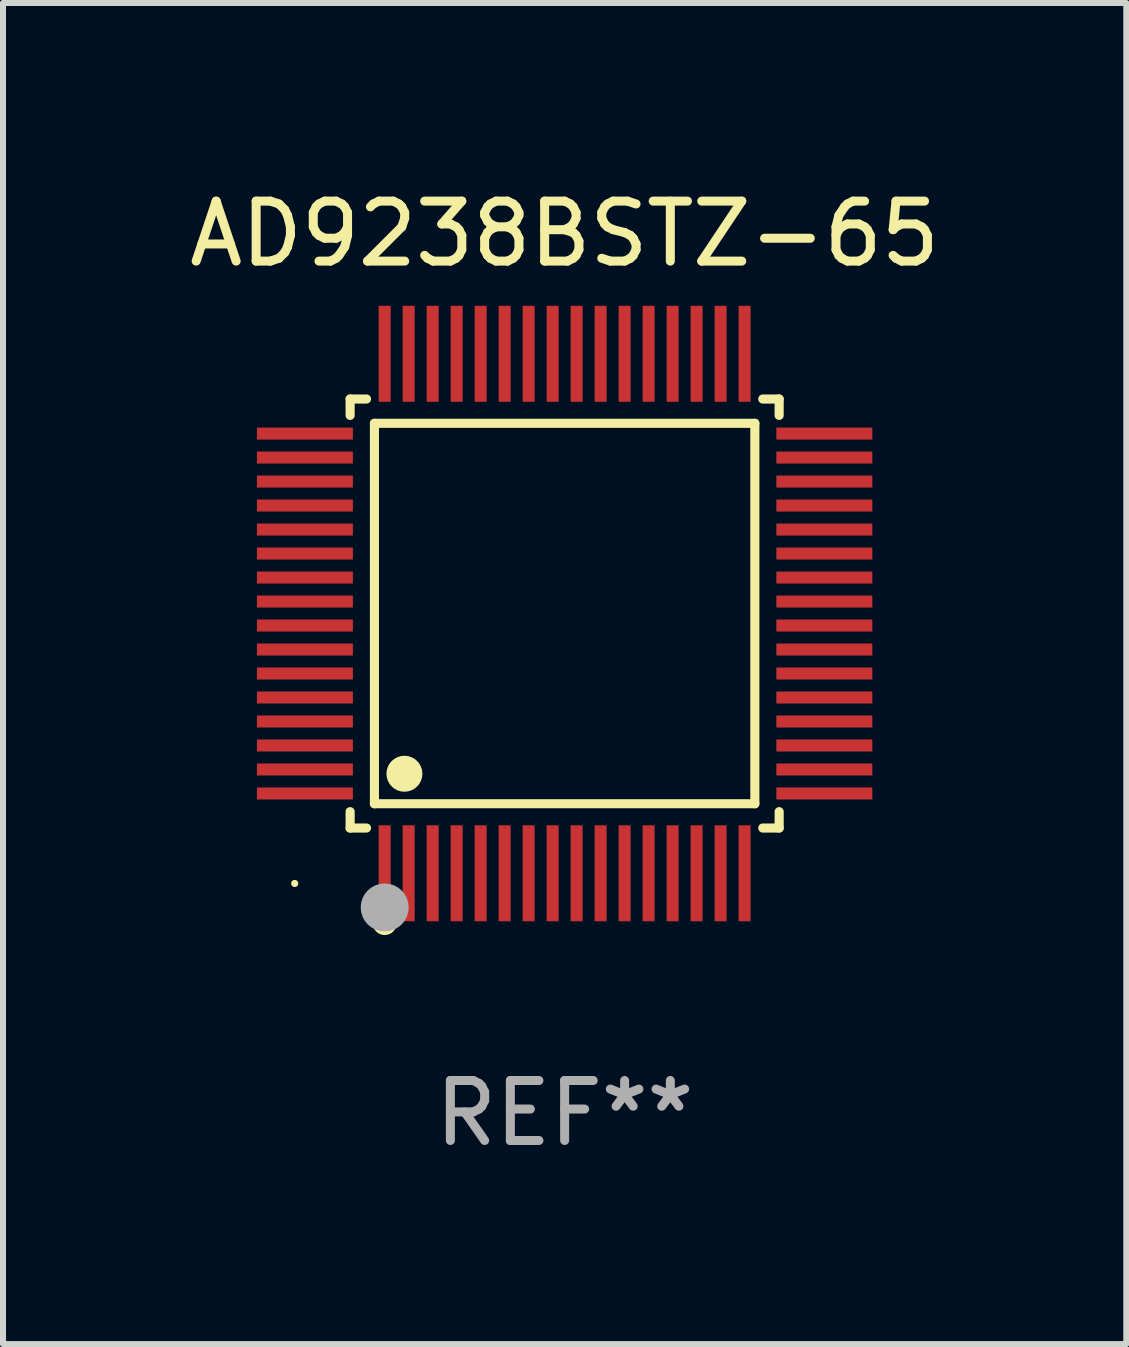
<source format=kicad_pcb>
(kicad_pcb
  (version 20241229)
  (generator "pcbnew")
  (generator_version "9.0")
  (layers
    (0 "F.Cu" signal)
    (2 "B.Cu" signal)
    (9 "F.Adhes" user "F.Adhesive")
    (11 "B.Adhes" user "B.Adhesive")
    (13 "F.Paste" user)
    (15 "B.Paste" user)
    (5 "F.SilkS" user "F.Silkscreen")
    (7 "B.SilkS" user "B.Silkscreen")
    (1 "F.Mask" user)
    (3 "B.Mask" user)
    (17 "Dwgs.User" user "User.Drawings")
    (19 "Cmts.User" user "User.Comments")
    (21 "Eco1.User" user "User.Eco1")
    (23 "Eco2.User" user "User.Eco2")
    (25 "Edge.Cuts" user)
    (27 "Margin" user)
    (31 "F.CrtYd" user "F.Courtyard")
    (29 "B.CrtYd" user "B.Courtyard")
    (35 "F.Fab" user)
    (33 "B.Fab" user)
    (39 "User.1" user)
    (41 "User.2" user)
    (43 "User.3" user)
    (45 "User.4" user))
  (footprint "AD9238BSTZ-65"
    (layer "F.Cu")
    (at 6.363 7.178)
    (property "Reference" "AD9238BSTZ-65" (at 0 -6.33 0) (layer "F.SilkS") (effects (font (size 1 1) (thickness 0.15))))
    (attr through_hole)
    (fp_line (start -3.576 -3.576) (end -3.303 -3.576) (stroke (width 0.152) (type solid)) (layer "F.SilkS"))
    (fp_line (start -3.576 -3.303) (end -3.576 -3.576) (stroke (width 0.152) (type solid)) (layer "F.SilkS"))
    (fp_line (start -3.576 3.303) (end -3.576 3.576) (stroke (width 0.152) (type solid)) (layer "F.SilkS"))
    (fp_line (start -3.576 3.576) (end -3.303 3.576) (stroke (width 0.152) (type solid)) (layer "F.SilkS"))
    (fp_line (start -3.171 -3.171) (end 3.171 -3.171) (stroke (width 0.152) (type solid)) (layer "F.SilkS"))
    (fp_line (start -3.171 3.171) (end -3.171 -3.171) (stroke (width 0.152) (type solid)) (layer "F.SilkS"))
    (fp_line (start 3.171 -3.171) (end 3.171 3.171) (stroke (width 0.152) (type solid)) (layer "F.SilkS"))
    (fp_line (start 3.171 3.171) (end -3.171 3.171) (stroke (width 0.152) (type solid)) (layer "F.SilkS"))
    (fp_line (start 3.576 -3.576) (end 3.303 -3.576) (stroke (width 0.152) (type solid)) (layer "F.SilkS"))
    (fp_line (start 3.576 -3.303) (end 3.576 -3.576) (stroke (width 0.152) (type solid)) (layer "F.SilkS"))
    (fp_line (start 3.576 3.303) (end 3.576 3.576) (stroke (width 0.152) (type solid)) (layer "F.SilkS"))
    (fp_line (start 3.576 3.576) (end 3.303 3.576) (stroke (width 0.152) (type solid)) (layer "F.SilkS"))
    (fp_circle (center -4.5 4.5) (end -4.47 4.5) (stroke (width 0.06) (type solid)) (fill no) (layer "F.SilkS"))
    (fp_circle (center -3 5.16) (end -2.9 5.16) (stroke (width 0.2) (type solid)) (fill no) (layer "F.SilkS"))
    (fp_circle (center -2.671 2.671) (end -2.521 2.671) (stroke (width 0.3) (type solid)) (fill no) (layer "F.SilkS"))
    (fp_circle (center -3 4.9) (end -2.8 4.9) (stroke (width 0.4) (type solid)) (fill no) (layer "F.Fab"))
    (fp_text user "REF**" (at 0 8.33 0) (layer "F.Fab") (effects (font (size 1 1) (thickness 0.15))))
    (pad "1" smd rect (at -3 4.33) (size 0.2 1.6) (layers "F.Cu" "F.Mask" "F.Paste"))
    (pad "2" smd rect (at -2.6 4.33) (size 0.2 1.6) (layers "F.Cu" "F.Mask" "F.Paste"))
    (pad "3" smd rect (at -2.2 4.33) (size 0.2 1.6) (layers "F.Cu" "F.Mask" "F.Paste"))
    (pad "4" smd rect (at -1.8 4.33) (size 0.2 1.6) (layers "F.Cu" "F.Mask" "F.Paste"))
    (pad "5" smd rect (at -1.4 4.33) (size 0.2 1.6) (layers "F.Cu" "F.Mask" "F.Paste"))
    (pad "6" smd rect (at -1 4.33) (size 0.2 1.6) (layers "F.Cu" "F.Mask" "F.Paste"))
    (pad "7" smd rect (at -0.6 4.33) (size 0.2 1.6) (layers "F.Cu" "F.Mask" "F.Paste"))
    (pad "8" smd rect (at -0.2 4.33) (size 0.2 1.6) (layers "F.Cu" "F.Mask" "F.Paste"))
    (pad "9" smd rect (at 0.2 4.33) (size 0.2 1.6) (layers "F.Cu" "F.Mask" "F.Paste"))
    (pad "10" smd rect (at 0.6 4.33) (size 0.2 1.6) (layers "F.Cu" "F.Mask" "F.Paste"))
    (pad "11" smd rect (at 1 4.33) (size 0.2 1.6) (layers "F.Cu" "F.Mask" "F.Paste"))
    (pad "12" smd rect (at 1.4 4.33) (size 0.2 1.6) (layers "F.Cu" "F.Mask" "F.Paste"))
    (pad "13" smd rect (at 1.8 4.33) (size 0.2 1.6) (layers "F.Cu" "F.Mask" "F.Paste"))
    (pad "14" smd rect (at 2.2 4.33) (size 0.2 1.6) (layers "F.Cu" "F.Mask" "F.Paste"))
    (pad "15" smd rect (at 2.6 4.33) (size 0.2 1.6) (layers "F.Cu" "F.Mask" "F.Paste"))
    (pad "16" smd rect (at 3 4.33) (size 0.2 1.6) (layers "F.Cu" "F.Mask" "F.Paste"))
    (pad "17" smd rect (at 4.33 3) (size 1.6 0.2) (layers "F.Cu" "F.Mask" "F.Paste"))
    (pad "18" smd rect (at 4.33 2.6) (size 1.6 0.2) (layers "F.Cu" "F.Mask" "F.Paste"))
    (pad "19" smd rect (at 4.33 2.2) (size 1.6 0.2) (layers "F.Cu" "F.Mask" "F.Paste"))
    (pad "20" smd rect (at 4.33 1.8) (size 1.6 0.2) (layers "F.Cu" "F.Mask" "F.Paste"))
    (pad "21" smd rect (at 4.33 1.4) (size 1.6 0.2) (layers "F.Cu" "F.Mask" "F.Paste"))
    (pad "22" smd rect (at 4.33 1) (size 1.6 0.2) (layers "F.Cu" "F.Mask" "F.Paste"))
    (pad "23" smd rect (at 4.33 0.6) (size 1.6 0.2) (layers "F.Cu" "F.Mask" "F.Paste"))
    (pad "24" smd rect (at 4.33 0.2) (size 1.6 0.2) (layers "F.Cu" "F.Mask" "F.Paste"))
    (pad "25" smd rect (at 4.33 -0.2) (size 1.6 0.2) (layers "F.Cu" "F.Mask" "F.Paste"))
    (pad "26" smd rect (at 4.33 -0.6) (size 1.6 0.2) (layers "F.Cu" "F.Mask" "F.Paste"))
    (pad "27" smd rect (at 4.33 -1) (size 1.6 0.2) (layers "F.Cu" "F.Mask" "F.Paste"))
    (pad "28" smd rect (at 4.33 -1.4) (size 1.6 0.2) (layers "F.Cu" "F.Mask" "F.Paste"))
    (pad "29" smd rect (at 4.33 -1.8) (size 1.6 0.2) (layers "F.Cu" "F.Mask" "F.Paste"))
    (pad "30" smd rect (at 4.33 -2.2) (size 1.6 0.2) (layers "F.Cu" "F.Mask" "F.Paste"))
    (pad "31" smd rect (at 4.33 -2.6) (size 1.6 0.2) (layers "F.Cu" "F.Mask" "F.Paste"))
    (pad "32" smd rect (at 4.33 -3) (size 1.6 0.2) (layers "F.Cu" "F.Mask" "F.Paste"))
    (pad "33" smd rect (at 3 -4.33) (size 0.2 1.6) (layers "F.Cu" "F.Mask" "F.Paste"))
    (pad "34" smd rect (at 2.6 -4.33) (size 0.2 1.6) (layers "F.Cu" "F.Mask" "F.Paste"))
    (pad "35" smd rect (at 2.2 -4.33) (size 0.2 1.6) (layers "F.Cu" "F.Mask" "F.Paste"))
    (pad "36" smd rect (at 1.8 -4.33) (size 0.2 1.6) (layers "F.Cu" "F.Mask" "F.Paste"))
    (pad "37" smd rect (at 1.4 -4.33) (size 0.2 1.6) (layers "F.Cu" "F.Mask" "F.Paste"))
    (pad "38" smd rect (at 1 -4.33) (size 0.2 1.6) (layers "F.Cu" "F.Mask" "F.Paste"))
    (pad "39" smd rect (at 0.6 -4.33) (size 0.2 1.6) (layers "F.Cu" "F.Mask" "F.Paste"))
    (pad "40" smd rect (at 0.2 -4.33) (size 0.2 1.6) (layers "F.Cu" "F.Mask" "F.Paste"))
    (pad "41" smd rect (at -0.2 -4.33) (size 0.2 1.6) (layers "F.Cu" "F.Mask" "F.Paste"))
    (pad "42" smd rect (at -0.6 -4.33) (size 0.2 1.6) (layers "F.Cu" "F.Mask" "F.Paste"))
    (pad "43" smd rect (at -1 -4.33) (size 0.2 1.6) (layers "F.Cu" "F.Mask" "F.Paste"))
    (pad "44" smd rect (at -1.4 -4.33) (size 0.2 1.6) (layers "F.Cu" "F.Mask" "F.Paste"))
    (pad "45" smd rect (at -1.8 -4.33) (size 0.2 1.6) (layers "F.Cu" "F.Mask" "F.Paste"))
    (pad "46" smd rect (at -2.2 -4.33) (size 0.2 1.6) (layers "F.Cu" "F.Mask" "F.Paste"))
    (pad "47" smd rect (at -2.6 -4.33) (size 0.2 1.6) (layers "F.Cu" "F.Mask" "F.Paste"))
    (pad "48" smd rect (at -3 -4.33) (size 0.2 1.6) (layers "F.Cu" "F.Mask" "F.Paste"))
    (pad "49" smd rect (at -4.33 -3) (size 1.6 0.2) (layers "F.Cu" "F.Mask" "F.Paste"))
    (pad "50" smd rect (at -4.33 -2.6) (size 1.6 0.2) (layers "F.Cu" "F.Mask" "F.Paste"))
    (pad "51" smd rect (at -4.33 -2.2) (size 1.6 0.2) (layers "F.Cu" "F.Mask" "F.Paste"))
    (pad "52" smd rect (at -4.33 -1.8) (size 1.6 0.2) (layers "F.Cu" "F.Mask" "F.Paste"))
    (pad "53" smd rect (at -4.33 -1.4) (size 1.6 0.2) (layers "F.Cu" "F.Mask" "F.Paste"))
    (pad "54" smd rect (at -4.33 -1) (size 1.6 0.2) (layers "F.Cu" "F.Mask" "F.Paste"))
    (pad "55" smd rect (at -4.33 -0.6) (size 1.6 0.2) (layers "F.Cu" "F.Mask" "F.Paste"))
    (pad "56" smd rect (at -4.33 -0.2) (size 1.6 0.2) (layers "F.Cu" "F.Mask" "F.Paste"))
    (pad "57" smd rect (at -4.33 0.2) (size 1.6 0.2) (layers "F.Cu" "F.Mask" "F.Paste"))
    (pad "58" smd rect (at -4.33 0.6) (size 1.6 0.2) (layers "F.Cu" "F.Mask" "F.Paste"))
    (pad "59" smd rect (at -4.33 1) (size 1.6 0.2) (layers "F.Cu" "F.Mask" "F.Paste"))
    (pad "60" smd rect (at -4.33 1.4) (size 1.6 0.2) (layers "F.Cu" "F.Mask" "F.Paste"))
    (pad "61" smd rect (at -4.33 1.8) (size 1.6 0.2) (layers "F.Cu" "F.Mask" "F.Paste"))
    (pad "62" smd rect (at -4.33 2.2) (size 1.6 0.2) (layers "F.Cu" "F.Mask" "F.Paste"))
    (pad "63" smd rect (at -4.33 2.6) (size 1.6 0.2) (layers "F.Cu" "F.Mask" "F.Paste"))
    (pad "64" smd rect (at -4.33 3) (size 1.6 0.2) (layers "F.Cu" "F.Mask" "F.Paste")))
  (gr_rect
    (start -3 -3)
    (end 15.726 19.357)
    (stroke (width 0.1) (type default))
    (fill no)
    (layer "Edge.Cuts")))
</source>
